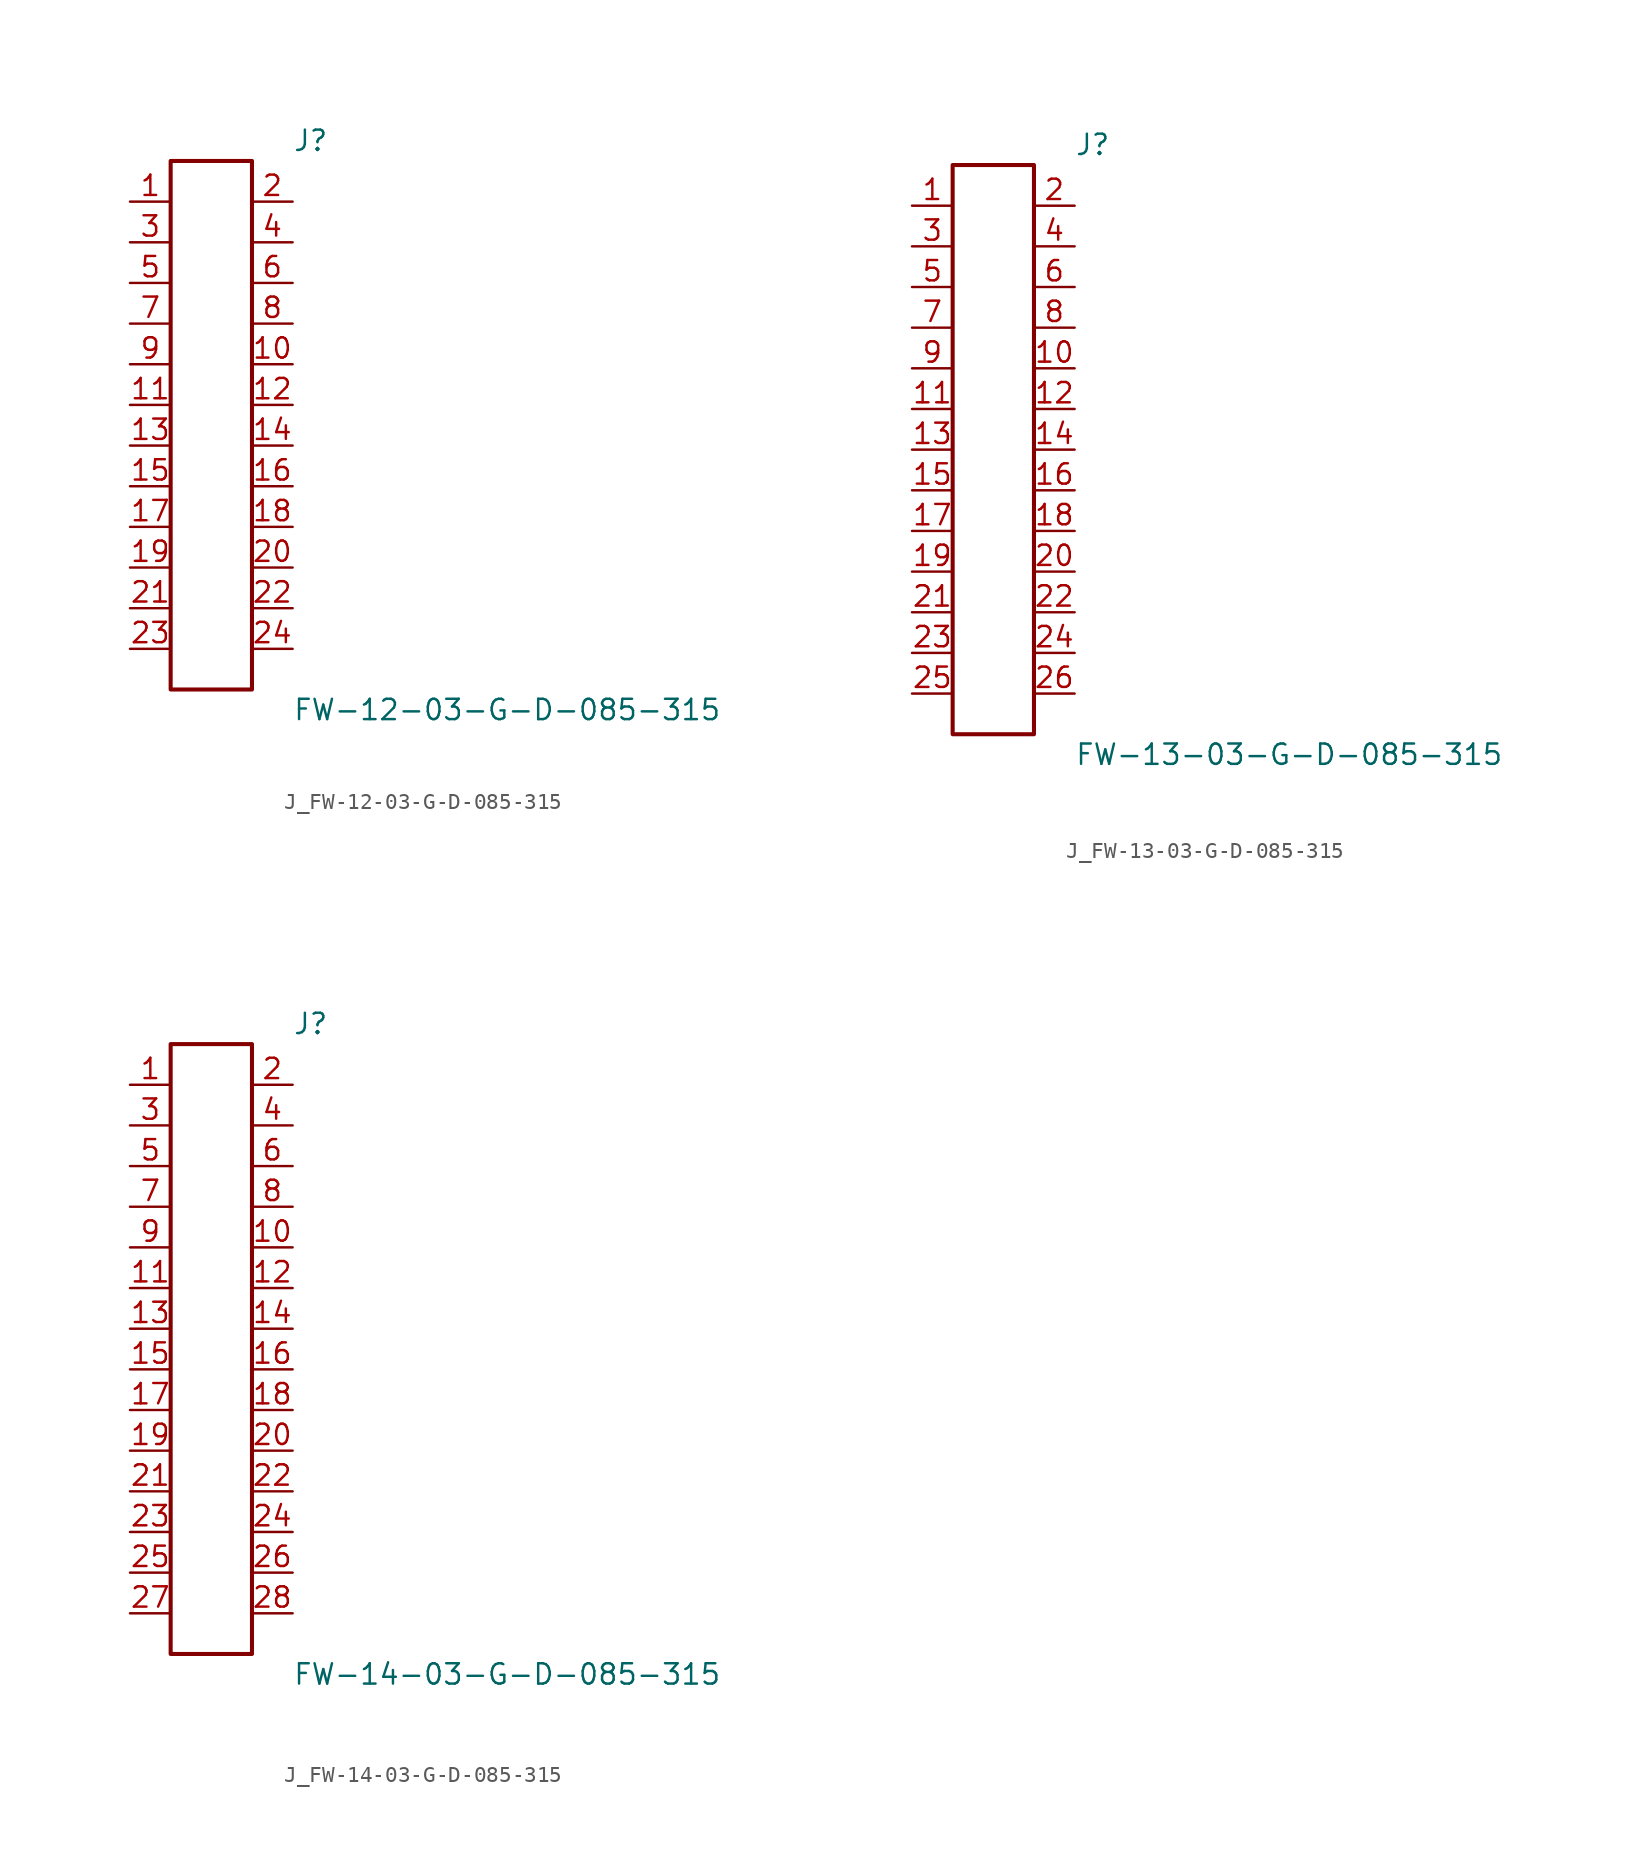
<source format=kicad_sym>
(kicad_symbol_lib
  (version 20231120)
  (generator kicad_symbol_editor)
  (generator_version 8.0)
  (symbol "J_FW-12-03-G-D-085-315"
    (pin_names
      (offset 0.254))
    (property "Reference" "J"
      (at 5.08 17.78 0)
      (effects (font (size 1.27 1.27)) (justify left)))
    (property "Value" "FW-12-03-G-D-085-315"
      (at 5.08 -17.78 0)
      (effects (font (size 1.27 1.27)) (justify left)))
    (symbol "J_FW-12-03-G-D-085-315_0_0"
      (pin unspecified line (at -5.08 13.97 0) (length 2.54) (name "" (effects (font (size 1.27 1.27)))) (number "1" (effects (font (size 1.27 1.27)))))
      (pin unspecified line (at 5.08 13.97 180) (length 2.54) (name "" (effects (font (size 1.27 1.27)))) (number "2" (effects (font (size 1.27 1.27)))))
      (pin unspecified line (at -5.08 11.43 0) (length 2.54) (name "" (effects (font (size 1.27 1.27)))) (number "3" (effects (font (size 1.27 1.27)))))
      (pin unspecified line (at 5.08 11.43 180) (length 2.54) (name "" (effects (font (size 1.27 1.27)))) (number "4" (effects (font (size 1.27 1.27)))))
      (pin unspecified line (at -5.08 8.89 0) (length 2.54) (name "" (effects (font (size 1.27 1.27)))) (number "5" (effects (font (size 1.27 1.27)))))
      (pin unspecified line (at 5.08 8.89 180) (length 2.54) (name "" (effects (font (size 1.27 1.27)))) (number "6" (effects (font (size 1.27 1.27)))))
      (pin unspecified line (at -5.08 6.35 0) (length 2.54) (name "" (effects (font (size 1.27 1.27)))) (number "7" (effects (font (size 1.27 1.27)))))
      (pin unspecified line (at 5.08 6.35 180) (length 2.54) (name "" (effects (font (size 1.27 1.27)))) (number "8" (effects (font (size 1.27 1.27)))))
      (pin unspecified line (at -5.08 3.81 0) (length 2.54) (name "" (effects (font (size 1.27 1.27)))) (number "9" (effects (font (size 1.27 1.27)))))
      (pin unspecified line (at 5.08 3.81 180) (length 2.54) (name "" (effects (font (size 1.27 1.27)))) (number "10" (effects (font (size 1.27 1.27)))))
      (pin unspecified line (at -5.08 1.27 0) (length 2.54) (name "" (effects (font (size 1.27 1.27)))) (number "11" (effects (font (size 1.27 1.27)))))
      (pin unspecified line (at 5.08 1.27 180) (length 2.54) (name "" (effects (font (size 1.27 1.27)))) (number "12" (effects (font (size 1.27 1.27)))))
      (pin unspecified line (at -5.08 -1.27 0) (length 2.54) (name "" (effects (font (size 1.27 1.27)))) (number "13" (effects (font (size 1.27 1.27)))))
      (pin unspecified line (at 5.08 -1.27 180) (length 2.54) (name "" (effects (font (size 1.27 1.27)))) (number "14" (effects (font (size 1.27 1.27)))))
      (pin unspecified line (at -5.08 -3.81 0) (length 2.54) (name "" (effects (font (size 1.27 1.27)))) (number "15" (effects (font (size 1.27 1.27)))))
      (pin unspecified line (at 5.08 -3.81 180) (length 2.54) (name "" (effects (font (size 1.27 1.27)))) (number "16" (effects (font (size 1.27 1.27)))))
      (pin unspecified line (at -5.08 -6.35 0) (length 2.54) (name "" (effects (font (size 1.27 1.27)))) (number "17" (effects (font (size 1.27 1.27)))))
      (pin unspecified line (at 5.08 -6.35 180) (length 2.54) (name "" (effects (font (size 1.27 1.27)))) (number "18" (effects (font (size 1.27 1.27)))))
      (pin unspecified line (at -5.08 -8.89 0) (length 2.54) (name "" (effects (font (size 1.27 1.27)))) (number "19" (effects (font (size 1.27 1.27)))))
      (pin unspecified line (at 5.08 -8.89 180) (length 2.54) (name "" (effects (font (size 1.27 1.27)))) (number "20" (effects (font (size 1.27 1.27)))))
      (pin unspecified line (at -5.08 -11.43 0) (length 2.54) (name "" (effects (font (size 1.27 1.27)))) (number "21" (effects (font (size 1.27 1.27)))))
      (pin unspecified line (at 5.08 -11.43 180) (length 2.54) (name "" (effects (font (size 1.27 1.27)))) (number "22" (effects (font (size 1.27 1.27)))))
      (pin unspecified line (at -5.08 -13.97 0) (length 2.54) (name "" (effects (font (size 1.27 1.27)))) (number "23" (effects (font (size 1.27 1.27)))))
      (pin unspecified line (at 5.08 -13.97 180) (length 2.54) (name "" (effects (font (size 1.27 1.27)))) (number "24" (effects (font (size 1.27 1.27))))))
    (symbol "J_FW-12-03-G-D-085-315_1_0"
      (rectangle (start -2.54 16.51) (end 2.54 -16.51) (stroke (width 0.254) (type solid)) (fill (type none)))))
  (symbol "J_FW-13-03-G-D-085-315"
    (pin_names
      (offset 0.254))
    (property "Reference" "J"
      (at 5.08 19.05 0)
      (effects (font (size 1.27 1.27)) (justify left)))
    (property "Value" "FW-13-03-G-D-085-315"
      (at 5.08 -19.05 0)
      (effects (font (size 1.27 1.27)) (justify left)))
    (symbol "J_FW-13-03-G-D-085-315_0_0"
      (pin unspecified line (at -5.08 15.24 0) (length 2.54) (name "" (effects (font (size 1.27 1.27)))) (number "1" (effects (font (size 1.27 1.27)))))
      (pin unspecified line (at 5.08 15.24 180) (length 2.54) (name "" (effects (font (size 1.27 1.27)))) (number "2" (effects (font (size 1.27 1.27)))))
      (pin unspecified line (at -5.08 12.7 0) (length 2.54) (name "" (effects (font (size 1.27 1.27)))) (number "3" (effects (font (size 1.27 1.27)))))
      (pin unspecified line (at 5.08 12.7 180) (length 2.54) (name "" (effects (font (size 1.27 1.27)))) (number "4" (effects (font (size 1.27 1.27)))))
      (pin unspecified line (at -5.08 10.16 0) (length 2.54) (name "" (effects (font (size 1.27 1.27)))) (number "5" (effects (font (size 1.27 1.27)))))
      (pin unspecified line (at 5.08 10.16 180) (length 2.54) (name "" (effects (font (size 1.27 1.27)))) (number "6" (effects (font (size 1.27 1.27)))))
      (pin unspecified line (at -5.08 7.62 0) (length 2.54) (name "" (effects (font (size 1.27 1.27)))) (number "7" (effects (font (size 1.27 1.27)))))
      (pin unspecified line (at 5.08 7.62 180) (length 2.54) (name "" (effects (font (size 1.27 1.27)))) (number "8" (effects (font (size 1.27 1.27)))))
      (pin unspecified line (at -5.08 5.08 0) (length 2.54) (name "" (effects (font (size 1.27 1.27)))) (number "9" (effects (font (size 1.27 1.27)))))
      (pin unspecified line (at 5.08 5.08 180) (length 2.54) (name "" (effects (font (size 1.27 1.27)))) (number "10" (effects (font (size 1.27 1.27)))))
      (pin unspecified line (at -5.08 2.54 0) (length 2.54) (name "" (effects (font (size 1.27 1.27)))) (number "11" (effects (font (size 1.27 1.27)))))
      (pin unspecified line (at 5.08 2.54 180) (length 2.54) (name "" (effects (font (size 1.27 1.27)))) (number "12" (effects (font (size 1.27 1.27)))))
      (pin unspecified line (at -5.08 0.0 0) (length 2.54) (name "" (effects (font (size 1.27 1.27)))) (number "13" (effects (font (size 1.27 1.27)))))
      (pin unspecified line (at 5.08 0.0 180) (length 2.54) (name "" (effects (font (size 1.27 1.27)))) (number "14" (effects (font (size 1.27 1.27)))))
      (pin unspecified line (at -5.08 -2.54 0) (length 2.54) (name "" (effects (font (size 1.27 1.27)))) (number "15" (effects (font (size 1.27 1.27)))))
      (pin unspecified line (at 5.08 -2.54 180) (length 2.54) (name "" (effects (font (size 1.27 1.27)))) (number "16" (effects (font (size 1.27 1.27)))))
      (pin unspecified line (at -5.08 -5.08 0) (length 2.54) (name "" (effects (font (size 1.27 1.27)))) (number "17" (effects (font (size 1.27 1.27)))))
      (pin unspecified line (at 5.08 -5.08 180) (length 2.54) (name "" (effects (font (size 1.27 1.27)))) (number "18" (effects (font (size 1.27 1.27)))))
      (pin unspecified line (at -5.08 -7.62 0) (length 2.54) (name "" (effects (font (size 1.27 1.27)))) (number "19" (effects (font (size 1.27 1.27)))))
      (pin unspecified line (at 5.08 -7.62 180) (length 2.54) (name "" (effects (font (size 1.27 1.27)))) (number "20" (effects (font (size 1.27 1.27)))))
      (pin unspecified line (at -5.08 -10.16 0) (length 2.54) (name "" (effects (font (size 1.27 1.27)))) (number "21" (effects (font (size 1.27 1.27)))))
      (pin unspecified line (at 5.08 -10.16 180) (length 2.54) (name "" (effects (font (size 1.27 1.27)))) (number "22" (effects (font (size 1.27 1.27)))))
      (pin unspecified line (at -5.08 -12.7 0) (length 2.54) (name "" (effects (font (size 1.27 1.27)))) (number "23" (effects (font (size 1.27 1.27)))))
      (pin unspecified line (at 5.08 -12.7 180) (length 2.54) (name "" (effects (font (size 1.27 1.27)))) (number "24" (effects (font (size 1.27 1.27)))))
      (pin unspecified line (at -5.08 -15.24 0) (length 2.54) (name "" (effects (font (size 1.27 1.27)))) (number "25" (effects (font (size 1.27 1.27)))))
      (pin unspecified line (at 5.08 -15.24 180) (length 2.54) (name "" (effects (font (size 1.27 1.27)))) (number "26" (effects (font (size 1.27 1.27))))))
    (symbol "J_FW-13-03-G-D-085-315_1_0"
      (rectangle (start -2.54 17.78) (end 2.54 -17.78) (stroke (width 0.254) (type solid)) (fill (type none)))))
  (symbol "J_FW-14-03-G-D-085-315"
    (pin_names
      (offset 0.254))
    (property "Reference" "J"
      (at 5.08 20.32 0)
      (effects (font (size 1.27 1.27)) (justify left)))
    (property "Value" "FW-14-03-G-D-085-315"
      (at 5.08 -20.32 0)
      (effects (font (size 1.27 1.27)) (justify left)))
    (symbol "J_FW-14-03-G-D-085-315_0_0"
      (pin unspecified line (at -5.08 16.51 0) (length 2.54) (name "" (effects (font (size 1.27 1.27)))) (number "1" (effects (font (size 1.27 1.27)))))
      (pin unspecified line (at 5.08 16.51 180) (length 2.54) (name "" (effects (font (size 1.27 1.27)))) (number "2" (effects (font (size 1.27 1.27)))))
      (pin unspecified line (at -5.08 13.97 0) (length 2.54) (name "" (effects (font (size 1.27 1.27)))) (number "3" (effects (font (size 1.27 1.27)))))
      (pin unspecified line (at 5.08 13.97 180) (length 2.54) (name "" (effects (font (size 1.27 1.27)))) (number "4" (effects (font (size 1.27 1.27)))))
      (pin unspecified line (at -5.08 11.43 0) (length 2.54) (name "" (effects (font (size 1.27 1.27)))) (number "5" (effects (font (size 1.27 1.27)))))
      (pin unspecified line (at 5.08 11.43 180) (length 2.54) (name "" (effects (font (size 1.27 1.27)))) (number "6" (effects (font (size 1.27 1.27)))))
      (pin unspecified line (at -5.08 8.89 0) (length 2.54) (name "" (effects (font (size 1.27 1.27)))) (number "7" (effects (font (size 1.27 1.27)))))
      (pin unspecified line (at 5.08 8.89 180) (length 2.54) (name "" (effects (font (size 1.27 1.27)))) (number "8" (effects (font (size 1.27 1.27)))))
      (pin unspecified line (at -5.08 6.35 0) (length 2.54) (name "" (effects (font (size 1.27 1.27)))) (number "9" (effects (font (size 1.27 1.27)))))
      (pin unspecified line (at 5.08 6.35 180) (length 2.54) (name "" (effects (font (size 1.27 1.27)))) (number "10" (effects (font (size 1.27 1.27)))))
      (pin unspecified line (at -5.08 3.81 0) (length 2.54) (name "" (effects (font (size 1.27 1.27)))) (number "11" (effects (font (size 1.27 1.27)))))
      (pin unspecified line (at 5.08 3.81 180) (length 2.54) (name "" (effects (font (size 1.27 1.27)))) (number "12" (effects (font (size 1.27 1.27)))))
      (pin unspecified line (at -5.08 1.27 0) (length 2.54) (name "" (effects (font (size 1.27 1.27)))) (number "13" (effects (font (size 1.27 1.27)))))
      (pin unspecified line (at 5.08 1.27 180) (length 2.54) (name "" (effects (font (size 1.27 1.27)))) (number "14" (effects (font (size 1.27 1.27)))))
      (pin unspecified line (at -5.08 -1.27 0) (length 2.54) (name "" (effects (font (size 1.27 1.27)))) (number "15" (effects (font (size 1.27 1.27)))))
      (pin unspecified line (at 5.08 -1.27 180) (length 2.54) (name "" (effects (font (size 1.27 1.27)))) (number "16" (effects (font (size 1.27 1.27)))))
      (pin unspecified line (at -5.08 -3.81 0) (length 2.54) (name "" (effects (font (size 1.27 1.27)))) (number "17" (effects (font (size 1.27 1.27)))))
      (pin unspecified line (at 5.08 -3.81 180) (length 2.54) (name "" (effects (font (size 1.27 1.27)))) (number "18" (effects (font (size 1.27 1.27)))))
      (pin unspecified line (at -5.08 -6.35 0) (length 2.54) (name "" (effects (font (size 1.27 1.27)))) (number "19" (effects (font (size 1.27 1.27)))))
      (pin unspecified line (at 5.08 -6.35 180) (length 2.54) (name "" (effects (font (size 1.27 1.27)))) (number "20" (effects (font (size 1.27 1.27)))))
      (pin unspecified line (at -5.08 -8.89 0) (length 2.54) (name "" (effects (font (size 1.27 1.27)))) (number "21" (effects (font (size 1.27 1.27)))))
      (pin unspecified line (at 5.08 -8.89 180) (length 2.54) (name "" (effects (font (size 1.27 1.27)))) (number "22" (effects (font (size 1.27 1.27)))))
      (pin unspecified line (at -5.08 -11.43 0) (length 2.54) (name "" (effects (font (size 1.27 1.27)))) (number "23" (effects (font (size 1.27 1.27)))))
      (pin unspecified line (at 5.08 -11.43 180) (length 2.54) (name "" (effects (font (size 1.27 1.27)))) (number "24" (effects (font (size 1.27 1.27)))))
      (pin unspecified line (at -5.08 -13.97 0) (length 2.54) (name "" (effects (font (size 1.27 1.27)))) (number "25" (effects (font (size 1.27 1.27)))))
      (pin unspecified line (at 5.08 -13.97 180) (length 2.54) (name "" (effects (font (size 1.27 1.27)))) (number "26" (effects (font (size 1.27 1.27)))))
      (pin unspecified line (at -5.08 -16.51 0) (length 2.54) (name "" (effects (font (size 1.27 1.27)))) (number "27" (effects (font (size 1.27 1.27)))))
      (pin unspecified line (at 5.08 -16.51 180) (length 2.54) (name "" (effects (font (size 1.27 1.27)))) (number "28" (effects (font (size 1.27 1.27))))))
    (symbol "J_FW-14-03-G-D-085-315_1_0"
      (rectangle (start -2.54 19.05) (end 2.54 -19.05) (stroke (width 0.254) (type solid)) (fill (type none))))))
</source>
